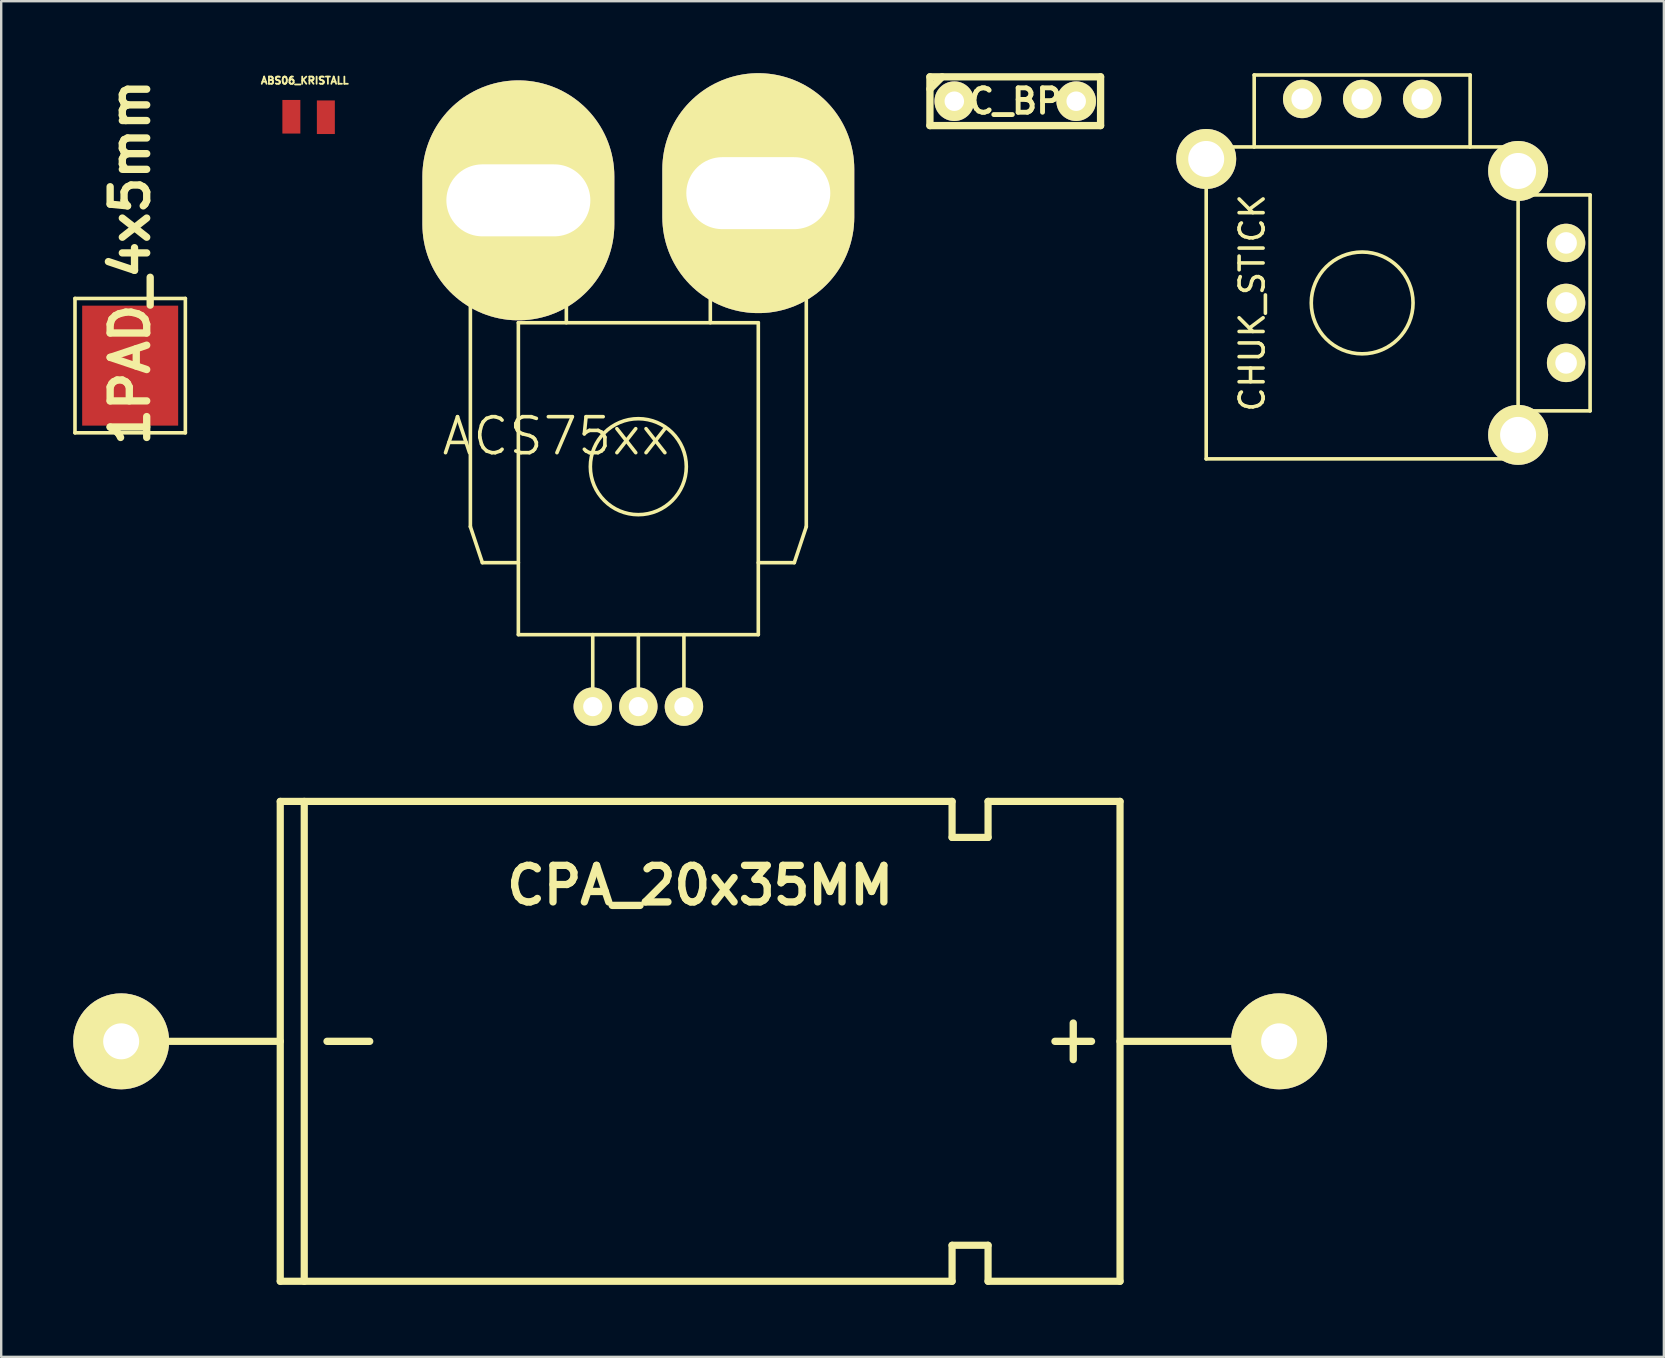
<source format=kicad_pcb>
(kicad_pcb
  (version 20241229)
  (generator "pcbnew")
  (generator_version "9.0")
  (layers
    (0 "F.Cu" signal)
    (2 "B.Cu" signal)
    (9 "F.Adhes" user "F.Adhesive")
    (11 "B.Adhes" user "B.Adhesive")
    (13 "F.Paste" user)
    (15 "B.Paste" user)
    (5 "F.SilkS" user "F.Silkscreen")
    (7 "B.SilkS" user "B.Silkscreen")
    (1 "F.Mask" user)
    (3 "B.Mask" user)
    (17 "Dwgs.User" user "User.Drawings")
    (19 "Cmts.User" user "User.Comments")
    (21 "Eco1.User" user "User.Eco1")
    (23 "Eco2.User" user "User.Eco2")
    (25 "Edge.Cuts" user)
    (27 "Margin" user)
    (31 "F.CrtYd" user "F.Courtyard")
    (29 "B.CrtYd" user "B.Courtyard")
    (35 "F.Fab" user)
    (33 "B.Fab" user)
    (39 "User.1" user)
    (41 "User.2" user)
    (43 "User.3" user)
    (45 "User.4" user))
  (footprint "ACS75xx"
    (layer "F.Cu")
    (at 23.554 16.4)
    (property "Reference" "ACS75xx" (at -3.429 -1.27 0) (layer "F.SilkS") (effects (font (size 1.5 1.5) (thickness 0.15))))
    (attr through_hole)
    (fp_line (start -7 -11) (end -7 2.5) (stroke (width 0.15) (type solid)) (layer "F.SilkS"))
    (fp_line (start -7 2.5) (end -6.5 4) (stroke (width 0.15) (type solid)) (layer "F.SilkS"))
    (fp_line (start -6.5 4) (end -5 4) (stroke (width 0.15) (type solid)) (layer "F.SilkS"))
    (fp_line (start -5 -6) (end 5 -6) (stroke (width 0.15) (type solid)) (layer "F.SilkS"))
    (fp_line (start -5 7) (end -5 -6) (stroke (width 0.15) (type solid)) (layer "F.SilkS"))
    (fp_line (start -3 -11) (end -7 -11) (stroke (width 0.15) (type solid)) (layer "F.SilkS"))
    (fp_line (start -3 -6) (end -3 -11) (stroke (width 0.15) (type solid)) (layer "F.SilkS"))
    (fp_line (start -1.9 7) (end -1.9 9.2) (stroke (width 0.15) (type solid)) (layer "F.SilkS"))
    (fp_line (start 0 7) (end 0 9.2) (stroke (width 0.15) (type solid)) (layer "F.SilkS"))
    (fp_line (start 1.9 7) (end 1.9 9.2) (stroke (width 0.15) (type solid)) (layer "F.SilkS"))
    (fp_line (start 3 -11.5) (end 3 -6) (stroke (width 0.15) (type solid)) (layer "F.SilkS"))
    (fp_line (start 3 -11.5) (end 7 -11.5) (stroke (width 0.15) (type solid)) (layer "F.SilkS"))
    (fp_line (start 5 -6) (end 5 7) (stroke (width 0.15) (type solid)) (layer "F.SilkS"))
    (fp_line (start 5 4) (end 6.5 4) (stroke (width 0.15) (type solid)) (layer "F.SilkS"))
    (fp_line (start 5 7) (end -5 7) (stroke (width 0.15) (type solid)) (layer "F.SilkS"))
    (fp_line (start 7 -11.5) (end 7 2.5) (stroke (width 0.15) (type solid)) (layer "F.SilkS"))
    (fp_line (start 7 2.5) (end 6.5 4) (stroke (width 0.15) (type solid)) (layer "F.SilkS"))
    (fp_circle (center 0 0) (end 0 2) (stroke (width 0.15) (type solid)) (fill no) (layer "F.SilkS"))
    (pad "1" thru_hole circle (at -1.9 10) (size 1.6 1.6) (drill 0.8) (layers "*.Cu" "*.Mask" "F.SilkS"))
    (pad "2" thru_hole circle (at 0 10) (size 1.6 1.6) (drill 0.8) (layers "*.Cu" "*.Mask" "F.SilkS"))
    (pad "3" thru_hole circle (at 1.9 10) (size 1.6 1.6) (drill 0.8) (layers "*.Cu" "*.Mask" "F.SilkS"))
    (pad "4" thru_hole oval (at 5 -11.4) (size 8 10) (drill oval 6 3) (layers "*.Cu" "*.Mask" "F.SilkS"))
    (pad "5" thru_hole oval (at -5 -11.1) (size 8 10) (drill oval 6 3) (layers "*.Cu" "*.Mask" "F.SilkS")))
  (footprint "CPA_20x35MM"
    (layer "F.Cu")
    (at 26.13 40.35)
    (property "Reference" "CPA_20x35MM" (at 0 -6.5 0) (layer "F.SilkS") (effects (font (size 1.524 1.524) (thickness 0.305))))
    (attr through_hole)
    (fp_line (start -17.5 -10) (end -17.5 10) (stroke (width 0.3) (type solid)) (layer "F.SilkS"))
    (fp_line (start -17.5 -10) (end 10.5 -10) (stroke (width 0.3) (type solid)) (layer "F.SilkS"))
    (fp_line (start -17.5 0) (end -24 0) (stroke (width 0.3) (type solid)) (layer "F.SilkS"))
    (fp_line (start -17.5 10) (end 10.5 10) (stroke (width 0.3) (type solid)) (layer "F.SilkS"))
    (fp_line (start -16.5 -10) (end -16.5 10) (stroke (width 0.3) (type solid)) (layer "F.SilkS"))
    (fp_line (start -15.55 0) (end -13.772 0) (stroke (width 0.305) (type solid)) (layer "F.SilkS"))
    (fp_line (start 10.5 -10) (end 10.5 -8.5) (stroke (width 0.3) (type solid)) (layer "F.SilkS"))
    (fp_line (start 10.5 -8.5) (end 12 -8.5) (stroke (width 0.3) (type solid)) (layer "F.SilkS"))
    (fp_line (start 10.5 8.5) (end 12 8.5) (stroke (width 0.3) (type solid)) (layer "F.SilkS"))
    (fp_line (start 10.5 10) (end 10.5 8.5) (stroke (width 0.3) (type solid)) (layer "F.SilkS"))
    (fp_line (start 12 -10) (end 17.5 -10) (stroke (width 0.3) (type solid)) (layer "F.SilkS"))
    (fp_line (start 12 -8.5) (end 12 -10) (stroke (width 0.3) (type solid)) (layer "F.SilkS"))
    (fp_line (start 12 8.5) (end 12 10) (stroke (width 0.3) (type solid)) (layer "F.SilkS"))
    (fp_line (start 12 10) (end 17.5 10) (stroke (width 0.3) (type solid)) (layer "F.SilkS"))
    (fp_line (start 15.55 0.762) (end 15.55 -0.762) (stroke (width 0.305) (type solid)) (layer "F.SilkS"))
    (fp_line (start 16.312 0) (end 14.788 0) (stroke (width 0.305) (type solid)) (layer "F.SilkS"))
    (fp_line (start 17.5 -10) (end 17.5 10) (stroke (width 0.3) (type solid)) (layer "F.SilkS"))
    (fp_line (start 17.5 0) (end 24 0) (stroke (width 0.3) (type solid)) (layer "F.SilkS"))
    (pad "1" thru_hole circle (at 24.13 0) (size 4 4) (drill 1.5) (layers "*.Cu" "*.Mask" "F.SilkS"))
    (pad "2" thru_hole circle (at -24.13 0) (size 4 4) (drill 1.5) (layers "*.Cu" "*.Mask" "F.SilkS")))
  (footprint "ABS06_KRISTALL"
    (layer "F.Cu")
    (at 9.812 1.836)
    (property "Reference" "ABS06_KRISTALL" (at -0.16 -1.529 0) (layer "F.SilkS") (effects (font (size 0.3 0.3) (thickness 0.076))))
    (attr through_hole)
    (pad "1" smd rect (at -0.719 -0.02) (size 0.749 1.4) (layers "F.Cu" "F.Mask" "F.Paste"))
    (pad "2" smd rect (at 0.719 0) (size 0.749 1.4) (layers "F.Cu" "F.Mask" "F.Paste")))
  (footprint "CHUK_STICK"
    (layer "F.Cu")
    (at 53.721 9.575)
    (property "Reference" "CHUK_STICK" (at -4.583 0 90) (layer "F.SilkS") (effects (font (size 1 1) (thickness 0.15))))
    (attr through_hole)
    (fp_line (start -6.5 -6.5) (end 6.5 -6.5) (stroke (width 0.15) (type solid)) (layer "F.SilkS"))
    (fp_line (start -6.5 6.5) (end -6.5 -6.5) (stroke (width 0.15) (type solid)) (layer "F.SilkS"))
    (fp_line (start -4.5 -9.5) (end 4.5 -9.5) (stroke (width 0.15) (type solid)) (layer "F.SilkS"))
    (fp_line (start -4.5 -6.5) (end -4.5 -9.5) (stroke (width 0.15) (type solid)) (layer "F.SilkS"))
    (fp_line (start 4.5 -9.5) (end 4.5 -6.5) (stroke (width 0.15) (type solid)) (layer "F.SilkS"))
    (fp_line (start 6.5 -6.5) (end 6.5 6.5) (stroke (width 0.15) (type solid)) (layer "F.SilkS"))
    (fp_line (start 6.5 -4.5) (end 9.5 -4.5) (stroke (width 0.15) (type solid)) (layer "F.SilkS"))
    (fp_line (start 6.5 6.5) (end -6.5 6.5) (stroke (width 0.15) (type solid)) (layer "F.SilkS"))
    (fp_line (start 9.5 -4.5) (end 9.5 4.5) (stroke (width 0.15) (type solid)) (layer "F.SilkS"))
    (fp_line (start 9.5 4.5) (end 6.5 4.5) (stroke (width 0.15) (type solid)) (layer "F.SilkS"))
    (fp_circle (center 0 0) (end 1.5 -1.5) (stroke (width 0.15) (type solid)) (fill no) (layer "F.SilkS"))
    (pad "0" thru_hole circle (at -6.5 -6) (size 2.5 2.5) (drill 1.5) (layers "*.Cu" "*.Mask" "F.SilkS"))
    (pad "0" thru_hole circle (at 6.5 -5.5) (size 2.5 2.5) (drill 1.5) (layers "*.Cu" "*.Mask" "F.SilkS"))
    (pad "0" thru_hole circle (at 6.5 5.5) (size 2.5 2.5) (drill 1.5) (layers "*.Cu" "*.Mask" "F.SilkS"))
    (pad "1" thru_hole circle (at -2.5 -8.5) (size 1.6 1.6) (drill 0.9) (layers "*.Cu" "*.Mask" "F.SilkS"))
    (pad "2" thru_hole circle (at 0 -8.5) (size 1.6 1.6) (drill 0.9) (layers "*.Cu" "*.Mask" "F.SilkS"))
    (pad "3" thru_hole circle (at 2.5 -8.5) (size 1.6 1.6) (drill 0.9) (layers "*.Cu" "*.Mask" "F.SilkS"))
    (pad "4" thru_hole circle (at 8.5 2.5) (size 1.6 1.6) (drill 0.9) (layers "*.Cu" "*.Mask" "F.SilkS"))
    (pad "5" thru_hole circle (at 8.5 0) (size 1.6 1.6) (drill 0.9) (layers "*.Cu" "*.Mask" "F.SilkS"))
    (pad "6" thru_hole circle (at 8.5 -2.5) (size 1.6 1.6) (drill 0.9) (layers "*.Cu" "*.Mask" "F.SilkS")))
  (footprint "1PAD_4x5mm"
    (layer "F.Cu")
    (at 2.375 12.189)
    (property "Reference" "1PAD_4x5mm" (at 0 -4.3 270) (layer "F.SilkS") (effects (font (size 1.524 1.524) (thickness 0.305))))
    (attr through_hole)
    (fp_line (start -2.3 -2.8) (end 2.3 -2.8) (stroke (width 0.15) (type solid)) (layer "F.SilkS"))
    (fp_line (start -2.3 2.8) (end -2.3 -2.8) (stroke (width 0.15) (type solid)) (layer "F.SilkS"))
    (fp_line (start 2.3 -2.8) (end 2.3 2.8) (stroke (width 0.15) (type solid)) (layer "F.SilkS"))
    (fp_line (start 2.3 2.8) (end -2.3 2.8) (stroke (width 0.15) (type solid)) (layer "F.SilkS"))
    (pad "1" smd rect (at 0 0) (size 4 5) (layers "F.Cu" "F.Mask" "F.Paste")))
  (footprint "C_BP"
    (layer "F.Cu")
    (at 39.263 1.168)
    (property "Reference" "C_BP" (at 0 0 0) (layer "F.SilkS") (effects (font (size 1.016 1.016) (thickness 0.203))))
    (attr through_hole)
    (fp_line (start -3.556 -1.016) (end 3.556 -1.016) (stroke (width 0.305) (type solid)) (layer "F.SilkS"))
    (fp_line (start -3.556 -0.508) (end -3.048 -1.016) (stroke (width 0.305) (type solid)) (layer "F.SilkS"))
    (fp_line (start -3.556 1.016) (end -3.556 -1.016) (stroke (width 0.305) (type solid)) (layer "F.SilkS"))
    (fp_line (start 3.556 -1.016) (end 3.556 1.016) (stroke (width 0.305) (type solid)) (layer "F.SilkS"))
    (fp_line (start 3.556 1.016) (end -3.556 1.016) (stroke (width 0.305) (type solid)) (layer "F.SilkS"))
    (pad "1" thru_hole circle (at -2.54 0) (size 1.651 1.651) (drill 0.813) (layers "*.Cu" "*.Mask" "F.SilkS"))
    (pad "2" thru_hole circle (at 2.54 0) (size 1.651 1.651) (drill 0.813) (layers "*.Cu" "*.Mask" "F.SilkS")))
  (gr_rect
    (start -3 -3)
    (end 66.296 53.5)
    (stroke (width 0.1) (type default))
    (fill no)
    (layer "Edge.Cuts")))
</source>
